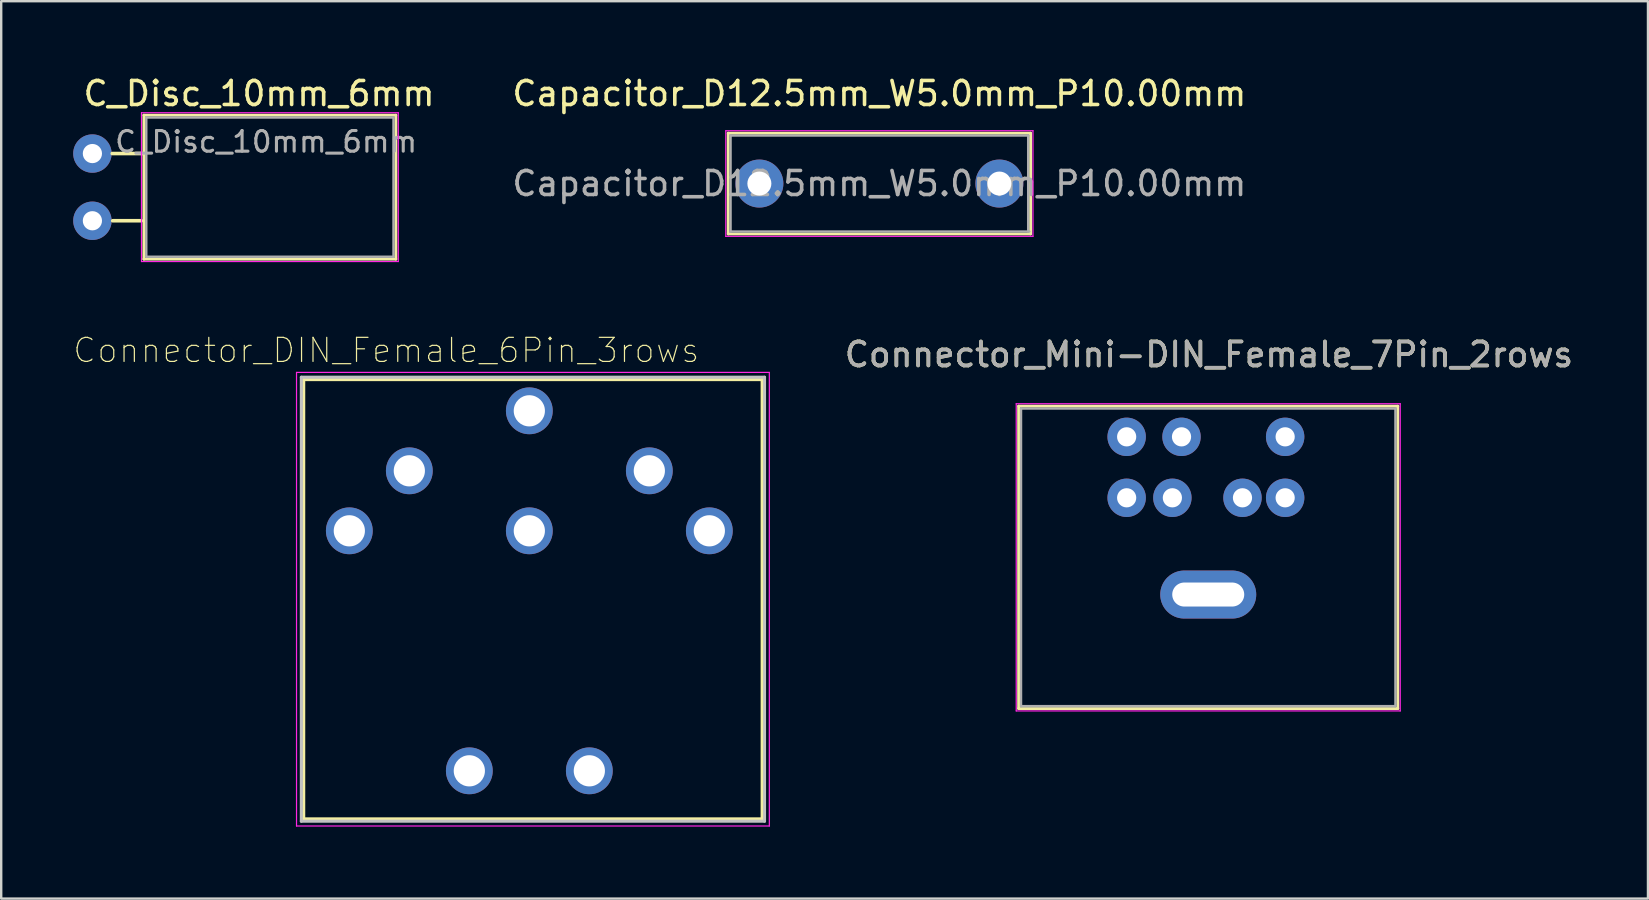
<source format=kicad_pcb>
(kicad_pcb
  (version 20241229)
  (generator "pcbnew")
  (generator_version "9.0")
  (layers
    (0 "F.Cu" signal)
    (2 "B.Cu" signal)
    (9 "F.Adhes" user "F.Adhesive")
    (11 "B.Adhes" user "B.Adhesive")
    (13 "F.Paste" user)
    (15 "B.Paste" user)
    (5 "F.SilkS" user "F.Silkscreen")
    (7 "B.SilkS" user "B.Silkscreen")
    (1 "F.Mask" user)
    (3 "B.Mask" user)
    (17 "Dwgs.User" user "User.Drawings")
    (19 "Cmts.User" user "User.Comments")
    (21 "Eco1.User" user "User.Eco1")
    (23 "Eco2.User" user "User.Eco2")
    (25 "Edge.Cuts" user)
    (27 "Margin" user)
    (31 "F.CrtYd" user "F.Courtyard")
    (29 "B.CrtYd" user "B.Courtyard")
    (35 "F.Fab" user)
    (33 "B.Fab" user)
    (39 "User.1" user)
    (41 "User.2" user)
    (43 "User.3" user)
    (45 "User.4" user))
  (footprint "Connector_DIN_Female_6Pin_3rows"
    (layer "F.Cu")
    (at 19.005 19.067)
    (property "Reference" "Connector_DIN_Female_6Pin_3rows" (at -5.96 -7.52 0) (layer "F.SilkS") (effects (font (size 1.002 1.002) (thickness 0.05))))
    (attr through_hole)
    (fp_line (start -9.4 -6.3) (end -9.4 12) (stroke (width 0.127) (type solid)) (layer "F.SilkS"))
    (fp_line (start -9.4 -6.3) (end 9.7 -6.3) (stroke (width 0.127) (type solid)) (layer "F.SilkS"))
    (fp_line (start -9.4 12) (end 9.7 12) (stroke (width 0.127) (type solid)) (layer "F.SilkS"))
    (fp_line (start 9.7 12) (end 9.7 -6.3) (stroke (width 0.127) (type solid)) (layer "F.SilkS"))
    (fp_line (start -9.5 -6.4) (end -9.5 12.1) (stroke (width 0.127) (type solid)) (layer "Dwgs.User"))
    (fp_line (start -9.5 12.1) (end 9.8 12.1) (stroke (width 0.127) (type solid)) (layer "Dwgs.User"))
    (fp_line (start 9.8 -6.4) (end -9.5 -6.4) (stroke (width 0.127) (type solid)) (layer "Dwgs.User"))
    (fp_line (start 9.8 12.1) (end 9.8 -6.4) (stroke (width 0.127) (type solid)) (layer "Dwgs.User"))
    (fp_line (start -9.7 -6.6) (end 10 -6.6) (stroke (width 0.05) (type solid)) (layer "F.CrtYd"))
    (fp_line (start -9.7 12.3) (end -9.7 -6.6) (stroke (width 0.05) (type solid)) (layer "F.CrtYd"))
    (fp_line (start 10 -6.6) (end 10 12.3) (stroke (width 0.05) (type solid)) (layer "F.CrtYd"))
    (fp_line (start 10 12.3) (end -9.7 12.3) (stroke (width 0.05) (type solid)) (layer "F.CrtYd"))
    (pad "1" thru_hole circle (at 7.5 0) (size 1.95 1.95) (drill 1.3) (layers "*.Cu" "*.Mask"))
    (pad "2" thru_hole circle (at 5 -2.5) (size 1.95 1.95) (drill 1.3) (layers "*.Cu" "*.Mask"))
    (pad "3" thru_hole circle (at 0 0) (size 1.95 1.95) (drill 1.3) (layers "*.Cu" "*.Mask"))
    (pad "4" thru_hole circle (at -5 -2.5) (size 1.95 1.95) (drill 1.3) (layers "*.Cu" "*.Mask"))
    (pad "5" thru_hole circle (at -7.5 0) (size 1.95 1.95) (drill 1.3) (layers "*.Cu" "*.Mask"))
    (pad "6" thru_hole circle (at 0 -5) (size 1.95 1.95) (drill 1.3) (layers "*.Cu" "*.Mask"))
    (pad "S1" thru_hole circle (at -2.5 10) (size 1.95 1.95) (drill 1.3) (layers "*.Cu" "*.Mask"))
    (pad "S2" thru_hole circle (at 2.5 10) (size 1.95 1.95) (drill 1.3) (layers "*.Cu" "*.Mask")))
  (footprint "Capacitor_D12.5mm_W5.0mm_P10.00mm"
    (layer "F.Cu")
    (at 28.59 4.598)
    (property "Reference" "Capacitor_D12.5mm_W5.0mm_P10.00mm" (at 5 -3.75 0) (layer "F.SilkS") (effects (font (size 1 1) (thickness 0.15))))
    (attr through_hole)
    (fp_line (start -1.3 -2.1) (end -1.3 2.1) (stroke (width 0.12) (type solid)) (layer "F.SilkS"))
    (fp_line (start -1.3 -2.1) (end 11.3 -2.1) (stroke (width 0.12) (type solid)) (layer "F.SilkS"))
    (fp_line (start -1.3 2.1) (end 11.3 2.1) (stroke (width 0.12) (type solid)) (layer "F.SilkS"))
    (fp_line (start 11.3 -2.1) (end 11.3 2.1) (stroke (width 0.12) (type solid)) (layer "F.SilkS"))
    (fp_line (start -1.4 -2.2) (end -1.4 2.2) (stroke (width 0.05) (type solid)) (layer "F.CrtYd"))
    (fp_line (start -1.4 2.2) (end 11.4 2.2) (stroke (width 0.05) (type solid)) (layer "F.CrtYd"))
    (fp_line (start 11.4 -2.2) (end -1.4 -2.2) (stroke (width 0.05) (type solid)) (layer "F.CrtYd"))
    (fp_line (start 11.4 2.2) (end 11.4 -2.2) (stroke (width 0.05) (type solid)) (layer "F.CrtYd"))
    (fp_line (start -1.2 -2) (end -1.2 2) (stroke (width 0.1) (type solid)) (layer "F.Fab"))
    (fp_line (start -1.2 2) (end 11.25 2) (stroke (width 0.1) (type solid)) (layer "F.Fab"))
    (fp_line (start 11.2 -2) (end -1.2 -2) (stroke (width 0.1) (type solid)) (layer "F.Fab"))
    (fp_line (start 11.2 2) (end 11.2 -2) (stroke (width 0.1) (type solid)) (layer "F.Fab"))
    (fp_text user "${REFERENCE}" (at 5 0 0) (layer "F.Fab") (effects (font (size 1 1) (thickness 0.15))))
    (pad "1" thru_hole circle (at 0 0) (size 2 2) (drill 1) (layers "*.Cu" "*.Mask"))
    (pad "2" thru_hole circle (at 10 0) (size 2 2) (drill 1) (layers "*.Cu" "*.Mask")))
  (footprint "Connector_Mini-DIN_Female_7Pin_2rows"
    (layer "F.Cu")
    (at 48.592 18.072)
    (property "Reference" "Connector_Mini-DIN_Female_7Pin_2rows" (at -1.27 -6.35 0) (layer "F.SilkS") (effects (font (size 1 1) (thickness 0.15))))
    (attr through_hole)
    (fp_line (start -9.2 -4.2) (end -9.2 8.4) (stroke (width 0.12) (type solid)) (layer "F.SilkS"))
    (fp_line (start -9.2 -4.2) (end 6.6 -4.2) (stroke (width 0.12) (type solid)) (layer "F.SilkS"))
    (fp_line (start -9.2 8.4) (end 6.6 8.4) (stroke (width 0.12) (type solid)) (layer "F.SilkS"))
    (fp_line (start 6.6 -4.2) (end 6.6 8.4) (stroke (width 0.12) (type solid)) (layer "F.SilkS"))
    (fp_line (start -9.3 -4.3) (end -9.3 8.5) (stroke (width 0.05) (type solid)) (layer "F.CrtYd"))
    (fp_line (start -9.3 -4.3) (end 6.7 -4.3) (stroke (width 0.05) (type solid)) (layer "F.CrtYd"))
    (fp_line (start 6.7 8.5) (end -9.3 8.5) (stroke (width 0.05) (type solid)) (layer "F.CrtYd"))
    (fp_line (start 6.7 8.5) (end 6.7 -4.3) (stroke (width 0.05) (type solid)) (layer "F.CrtYd"))
    (fp_line (start -9.1 -4.1) (end 6.5 -4.1) (stroke (width 0.1) (type solid)) (layer "F.Fab"))
    (fp_line (start -9.1 8.3) (end -9.1 -4.1) (stroke (width 0.1) (type solid)) (layer "F.Fab"))
    (fp_line (start 6.5 -4.1) (end 6.5 8.3) (stroke (width 0.1) (type solid)) (layer "F.Fab"))
    (fp_line (start 6.5 8.3) (end -9.1 8.3) (stroke (width 0.1) (type solid)) (layer "F.Fab"))
    (fp_text user "${REFERENCE}" (at -1.27 -6.35 0) (layer "F.Fab") (effects (font (size 1 1) (thickness 0.15))))
    (pad "1" thru_hole circle (at -4.699 -0.381) (size 1.6 1.6) (drill 0.8) (layers "*.Cu" "*.Mask"))
    (pad "2" thru_hole circle (at -2.794 -0.381) (size 1.6 1.6) (drill 0.8) (layers "*.Cu" "*.Mask"))
    (pad "3" thru_hole circle (at 1.905 -0.381) (size 1.6 1.6) (drill 0.8) (layers "*.Cu" "*.Mask"))
    (pad "4" thru_hole circle (at -4.699 -2.921) (size 1.6 1.6) (drill 0.8) (layers "*.Cu" "*.Mask"))
    (pad "5" thru_hole circle (at 0.127 -0.381) (size 1.6 1.6) (drill 0.8) (layers "*.Cu" "*.Mask"))
    (pad "6" thru_hole circle (at 1.905 -2.921) (size 1.6 1.6) (drill 0.8) (layers "*.Cu" "*.Mask"))
    (pad "7" thru_hole circle (at -2.413 -2.921) (size 1.6 1.6) (drill 0.8) (layers "*.Cu" "*.Mask"))
    (pad "7" thru_hole oval (at -1.3 3.65) (size 4 2) (drill oval 3 1) (layers "*.Cu" "*.Mask")))
  (footprint "C_Disc_10mm_6mm"
    (layer "F.Cu")
    (at 5.245 3.048)
    (property "Reference" "C_Disc_10mm_6mm" (at 2.5 -2.2 0) (layer "F.SilkS") (effects (font (size 1 1) (thickness 0.15))))
    (attr through_hole)
    (fp_line (start -3.619 0.3) (end -2.349 0.3) (stroke (width 0.15) (type solid)) (layer "F.SilkS"))
    (fp_line (start -3.6 3.1) (end -2.4 3.1) (stroke (width 0.15) (type solid)) (layer "F.SilkS"))
    (fp_line (start -2.3 -1.3) (end -2.3 4.7) (stroke (width 0.12) (type solid)) (layer "F.SilkS"))
    (fp_line (start -2.3 -1.3) (end 8.2 -1.3) (stroke (width 0.12) (type solid)) (layer "F.SilkS"))
    (fp_line (start -2.3 4.7) (end 8.2 4.7) (stroke (width 0.12) (type solid)) (layer "F.SilkS"))
    (fp_line (start 8.2 -1.3) (end 8.2 4.7) (stroke (width 0.12) (type solid)) (layer "F.SilkS"))
    (fp_line (start -2.4 -1.4) (end -2.4 4.8) (stroke (width 0.05) (type solid)) (layer "F.CrtYd"))
    (fp_line (start -2.4 4.8) (end 8.3 4.8) (stroke (width 0.05) (type solid)) (layer "F.CrtYd"))
    (fp_line (start 8.3 -1.4) (end -2.4 -1.4) (stroke (width 0.05) (type solid)) (layer "F.CrtYd"))
    (fp_line (start 8.3 4.8) (end 8.3 -1.4) (stroke (width 0.05) (type solid)) (layer "F.CrtYd"))
    (fp_line (start -2.2 -1.2) (end -2.2 4.6) (stroke (width 0.1) (type solid)) (layer "F.Fab"))
    (fp_line (start -2.2 4.6) (end 8.1 4.6) (stroke (width 0.1) (type solid)) (layer "F.Fab"))
    (fp_line (start 8.1 -1.2) (end -2.2 -1.2) (stroke (width 0.1) (type solid)) (layer "F.Fab"))
    (fp_line (start 8.1 4.6) (end 8.1 -1.2) (stroke (width 0.1) (type solid)) (layer "F.Fab"))
    (fp_text user "${REFERENCE}" (at 2.794 -0.191 0) (layer "F.Fab") (effects (font (size 0.86 0.86) (thickness 0.129))))
    (pad "1" thru_hole circle (at -4.445 0.3) (size 1.6 1.6) (drill 0.8) (layers "*.Cu" "*.Mask"))
    (pad "2" thru_hole circle (at -4.445 3.1) (size 1.6 1.6) (drill 0.8) (layers "*.Cu" "*.Mask")))
  (gr_rect
    (start -3 -3)
    (end 65.614 34.392)
    (stroke (width 0.1) (type default))
    (fill no)
    (layer "Edge.Cuts")))
</source>
